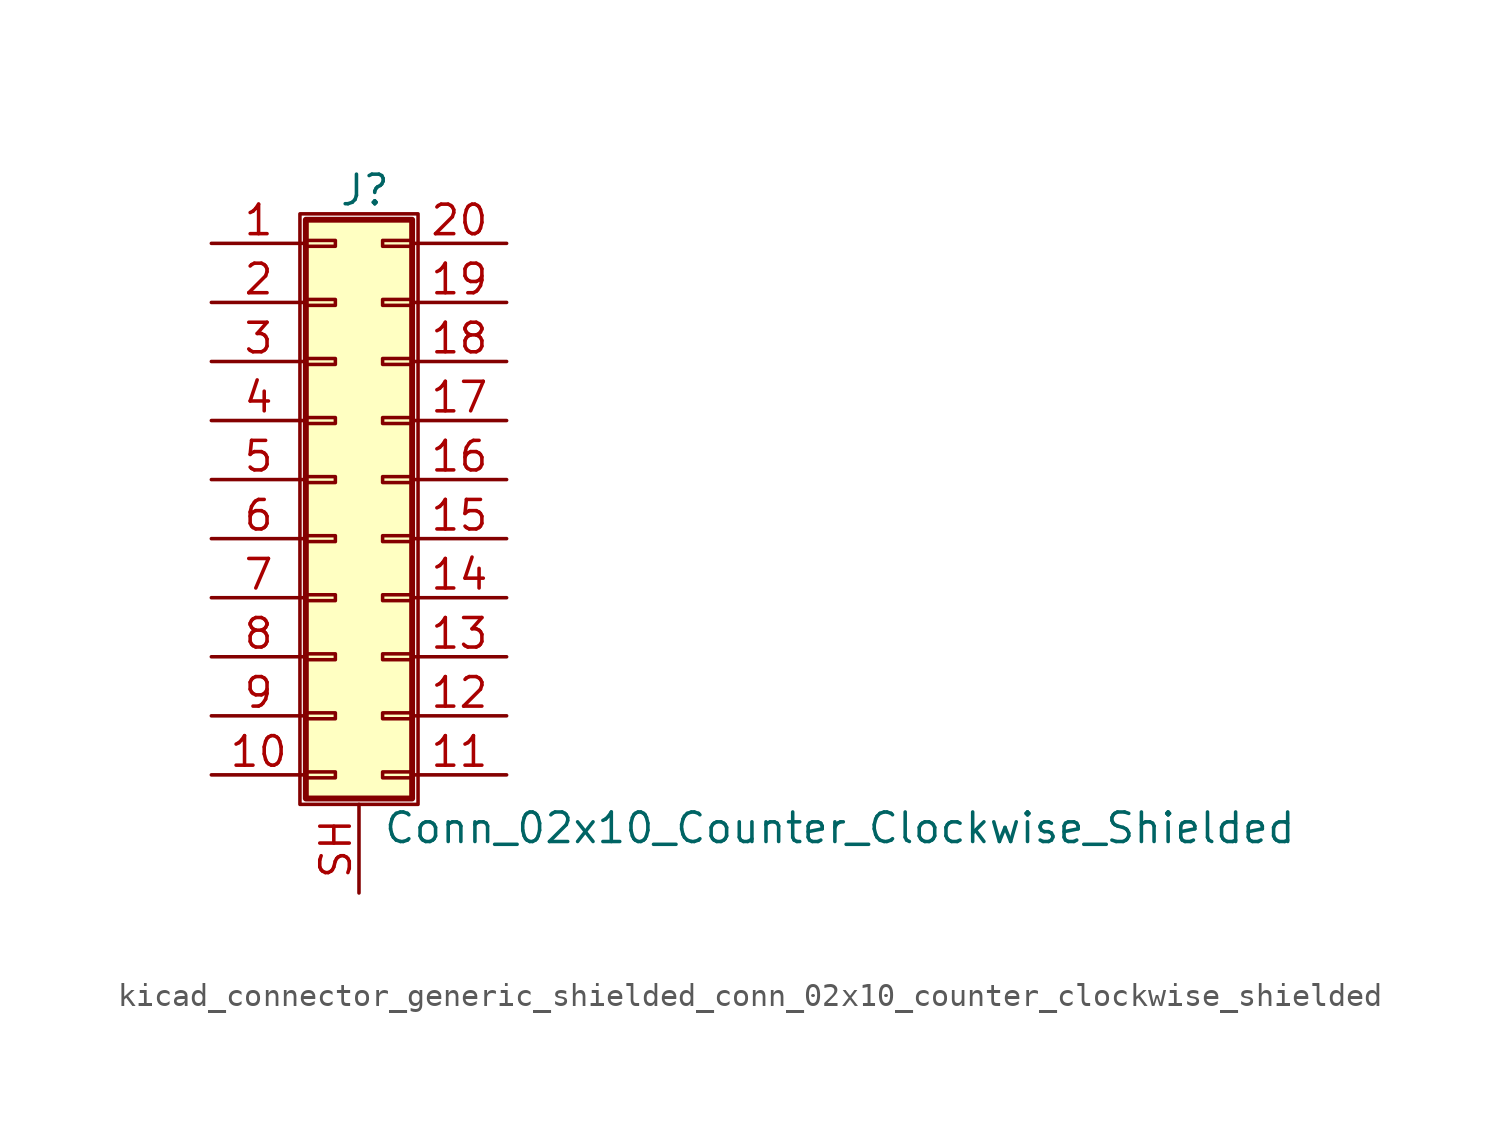
<source format=kicad_sym>
(kicad_symbol_lib
  (version 20220914)
  (generator kicad_symbol_editor)
  (symbol "kicad_connector_generic_shielded_conn_02x10_counter_clockwise_shielded"
    (pin_names
      (offset 1.016) hide)
    (property "Reference" "J"
      (at 1.524 12.446 0)
      (effects (font (size 1.27 1.27))))
    (property "Value" "Conn_02x10_Counter_Clockwise_Shielded"
      (at 2.286 -14.986 0)
      (effects (font (size 1.27 1.27)) (justify left)))
    (symbol "kicad_connector_generic_shielded_conn_02x10_counter_clockwise_shielded_1_1"
      (rectangle (start -1.27 11.43) (end 3.81 -13.97) (stroke (width 0.152) (type default)) (fill (type none)))
      (rectangle (start -1.016 -12.573) (end 0.254 -12.827) (stroke (width 0.152) (type default)) (fill (type none)))
      (rectangle (start -1.016 -10.033) (end 0.254 -10.287) (stroke (width 0.152) (type default)) (fill (type none)))
      (rectangle (start -1.016 -7.493) (end 0.254 -7.747) (stroke (width 0.152) (type default)) (fill (type none)))
      (rectangle (start -1.016 -4.953) (end 0.254 -5.207) (stroke (width 0.152) (type default)) (fill (type none)))
      (rectangle (start -1.016 -2.413) (end 0.254 -2.667) (stroke (width 0.152) (type default)) (fill (type none)))
      (rectangle (start -1.016 0.127) (end 0.254 -0.127) (stroke (width 0.152) (type default)) (fill (type none)))
      (rectangle (start -1.016 2.667) (end 0.254 2.413) (stroke (width 0.152) (type default)) (fill (type none)))
      (rectangle (start -1.016 5.207) (end 0.254 4.953) (stroke (width 0.152) (type default)) (fill (type none)))
      (rectangle (start -1.016 7.747) (end 0.254 7.493) (stroke (width 0.152) (type default)) (fill (type none)))
      (rectangle (start -1.016 10.287) (end 0.254 10.033) (stroke (width 0.152) (type default)) (fill (type none)))
      (rectangle (start -1.016 11.176) (end 3.556 -13.716) (stroke (width 0.254) (type default)) (fill (type background)))
      (rectangle (start 3.556 -12.573) (end 2.286 -12.827) (stroke (width 0.152) (type default)) (fill (type none)))
      (rectangle (start 3.556 -10.033) (end 2.286 -10.287) (stroke (width 0.152) (type default)) (fill (type none)))
      (rectangle (start 3.556 -7.493) (end 2.286 -7.747) (stroke (width 0.152) (type default)) (fill (type none)))
      (rectangle (start 3.556 -4.953) (end 2.286 -5.207) (stroke (width 0.152) (type default)) (fill (type none)))
      (rectangle (start 3.556 -2.413) (end 2.286 -2.667) (stroke (width 0.152) (type default)) (fill (type none)))
      (rectangle (start 3.556 0.127) (end 2.286 -0.127) (stroke (width 0.152) (type default)) (fill (type none)))
      (rectangle (start 3.556 2.667) (end 2.286 2.413) (stroke (width 0.152) (type default)) (fill (type none)))
      (rectangle (start 3.556 5.207) (end 2.286 4.953) (stroke (width 0.152) (type default)) (fill (type none)))
      (rectangle (start 3.556 7.747) (end 2.286 7.493) (stroke (width 0.152) (type default)) (fill (type none)))
      (rectangle (start 3.556 10.287) (end 2.286 10.033) (stroke (width 0.152) (type default)) (fill (type none)))
      (pin passive line (at -5.08 10.16 0) (length 4.064) (name "Pin_1" (effects (font (size 1.27 1.27)))) (number "1" (effects (font (size 1.27 1.27)))))
      (pin passive line (at -5.08 -12.7 0) (length 4.064) (name "Pin_10" (effects (font (size 1.27 1.27)))) (number "10" (effects (font (size 1.27 1.27)))))
      (pin passive line (at 7.62 -12.7 180) (length 4.064) (name "Pin_11" (effects (font (size 1.27 1.27)))) (number "11" (effects (font (size 1.27 1.27)))))
      (pin passive line (at 7.62 -10.16 180) (length 4.064) (name "Pin_12" (effects (font (size 1.27 1.27)))) (number "12" (effects (font (size 1.27 1.27)))))
      (pin passive line (at 7.62 -7.62 180) (length 4.064) (name "Pin_13" (effects (font (size 1.27 1.27)))) (number "13" (effects (font (size 1.27 1.27)))))
      (pin passive line (at 7.62 -5.08 180) (length 4.064) (name "Pin_14" (effects (font (size 1.27 1.27)))) (number "14" (effects (font (size 1.27 1.27)))))
      (pin passive line (at 7.62 -2.54 180) (length 4.064) (name "Pin_15" (effects (font (size 1.27 1.27)))) (number "15" (effects (font (size 1.27 1.27)))))
      (pin passive line (at 7.62 0 180) (length 4.064) (name "Pin_16" (effects (font (size 1.27 1.27)))) (number "16" (effects (font (size 1.27 1.27)))))
      (pin passive line (at 7.62 2.54 180) (length 4.064) (name "Pin_17" (effects (font (size 1.27 1.27)))) (number "17" (effects (font (size 1.27 1.27)))))
      (pin passive line (at 7.62 5.08 180) (length 4.064) (name "Pin_18" (effects (font (size 1.27 1.27)))) (number "18" (effects (font (size 1.27 1.27)))))
      (pin passive line (at 7.62 7.62 180) (length 4.064) (name "Pin_19" (effects (font (size 1.27 1.27)))) (number "19" (effects (font (size 1.27 1.27)))))
      (pin passive line (at -5.08 7.62 0) (length 4.064) (name "Pin_2" (effects (font (size 1.27 1.27)))) (number "2" (effects (font (size 1.27 1.27)))))
      (pin passive line (at 7.62 10.16 180) (length 4.064) (name "Pin_20" (effects (font (size 1.27 1.27)))) (number "20" (effects (font (size 1.27 1.27)))))
      (pin passive line (at -5.08 5.08 0) (length 4.064) (name "Pin_3" (effects (font (size 1.27 1.27)))) (number "3" (effects (font (size 1.27 1.27)))))
      (pin passive line (at -5.08 2.54 0) (length 4.064) (name "Pin_4" (effects (font (size 1.27 1.27)))) (number "4" (effects (font (size 1.27 1.27)))))
      (pin passive line (at -5.08 0 0) (length 4.064) (name "Pin_5" (effects (font (size 1.27 1.27)))) (number "5" (effects (font (size 1.27 1.27)))))
      (pin passive line (at -5.08 -2.54 0) (length 4.064) (name "Pin_6" (effects (font (size 1.27 1.27)))) (number "6" (effects (font (size 1.27 1.27)))))
      (pin passive line (at -5.08 -5.08 0) (length 4.064) (name "Pin_7" (effects (font (size 1.27 1.27)))) (number "7" (effects (font (size 1.27 1.27)))))
      (pin passive line (at -5.08 -7.62 0) (length 4.064) (name "Pin_8" (effects (font (size 1.27 1.27)))) (number "8" (effects (font (size 1.27 1.27)))))
      (pin passive line (at -5.08 -10.16 0) (length 4.064) (name "Pin_9" (effects (font (size 1.27 1.27)))) (number "9" (effects (font (size 1.27 1.27)))))
      (pin passive line (at 1.27 -17.78 90) (length 3.81) (name "Shield" (effects (font (size 1.27 1.27)))) (number "SH" (effects (font (size 1.27 1.27))))))))
</source>
